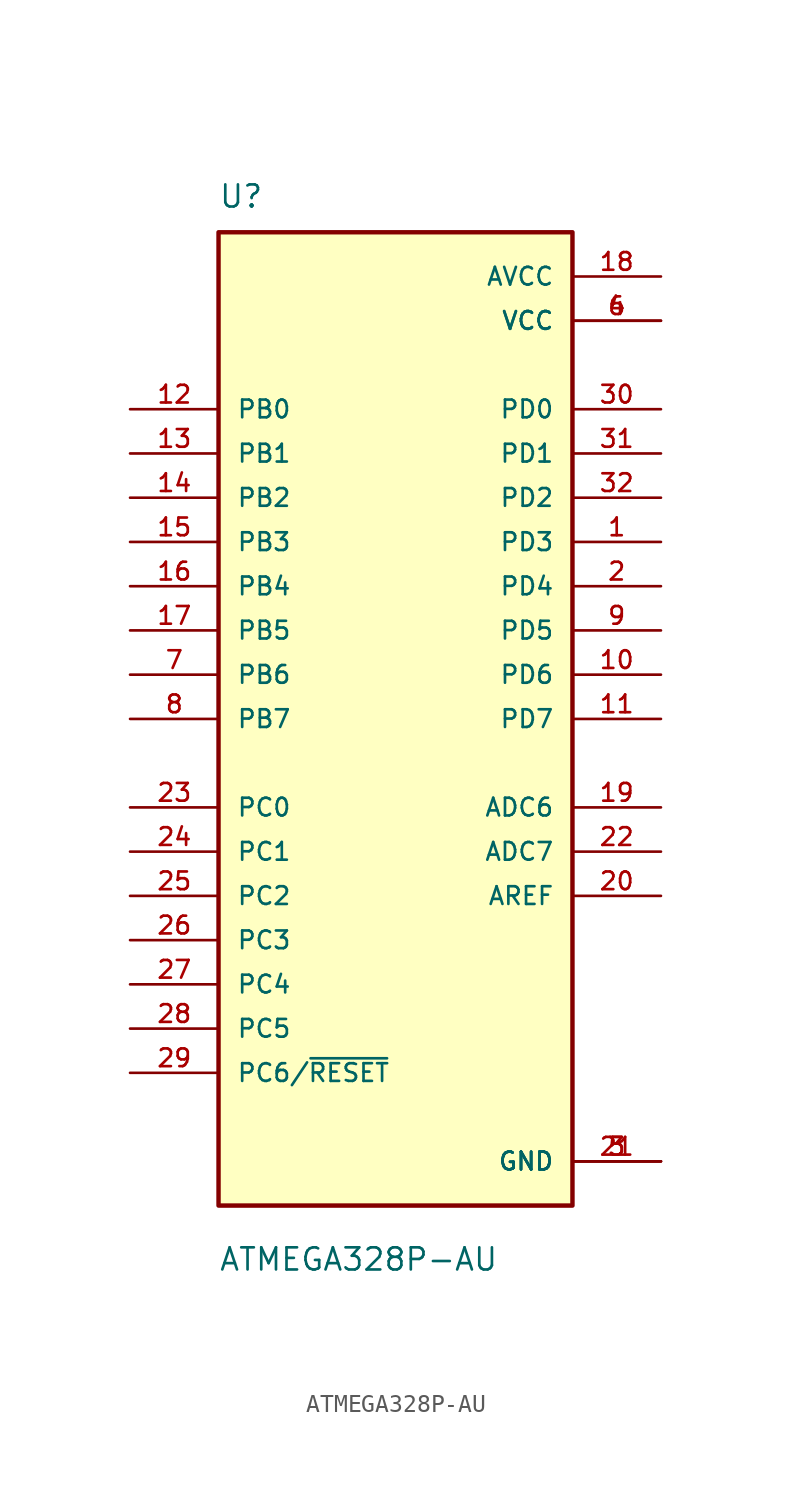
<source format=kicad_sym>
(kicad_symbol_lib
  (version 20211014)
  (generator kicad_symbol_editor)
  (symbol "ATMEGA328P-AU"
    (pin_names
      (offset 1.016))
    (property "Reference" "U"
      (at -10.175 29.255 0)
      (effects (font (size 1.27 1.27)) (justify bottom left)))
    (property "Value" "ATMEGA328P-AU"
      (at -10.167 -31.771 0)
      (effects (font (size 1.27 1.27)) (justify bottom left)))
    (symbol "ATMEGA328P-AU_0_0"
      (rectangle (start -10.16 -27.94) (end 10.16 27.94) (stroke (width 0.254)) (fill (type background)))
      (pin power_in line (at 15.24 22.86 180.0) (length 5.08) (name "VCC" (effects (font (size 1.016 1.016)))) (number "4" (effects (font (size 1.016 1.016)))))
      (pin power_in line (at 15.24 22.86 180.0) (length 5.08) (name "VCC" (effects (font (size 1.016 1.016)))) (number "6" (effects (font (size 1.016 1.016)))))
      (pin power_in line (at 15.24 -25.4 180.0) (length 5.08) (name "GND" (effects (font (size 1.016 1.016)))) (number "3" (effects (font (size 1.016 1.016)))))
      (pin power_in line (at 15.24 -25.4 180.0) (length 5.08) (name "GND" (effects (font (size 1.016 1.016)))) (number "5" (effects (font (size 1.016 1.016)))))
      (pin power_in line (at 15.24 -25.4 180.0) (length 5.08) (name "GND" (effects (font (size 1.016 1.016)))) (number "21" (effects (font (size 1.016 1.016)))))
      (pin bidirectional line (at -15.24 17.78 0) (length 5.08) (name "PB0" (effects (font (size 1.016 1.016)))) (number "12" (effects (font (size 1.016 1.016)))))
      (pin bidirectional line (at -15.24 15.24 0) (length 5.08) (name "PB1" (effects (font (size 1.016 1.016)))) (number "13" (effects (font (size 1.016 1.016)))))
      (pin bidirectional line (at -15.24 12.7 0) (length 5.08) (name "PB2" (effects (font (size 1.016 1.016)))) (number "14" (effects (font (size 1.016 1.016)))))
      (pin bidirectional line (at -15.24 10.16 0) (length 5.08) (name "PB3" (effects (font (size 1.016 1.016)))) (number "15" (effects (font (size 1.016 1.016)))))
      (pin bidirectional line (at -15.24 7.62 0) (length 5.08) (name "PB4" (effects (font (size 1.016 1.016)))) (number "16" (effects (font (size 1.016 1.016)))))
      (pin bidirectional line (at -15.24 5.08 0) (length 5.08) (name "PB5" (effects (font (size 1.016 1.016)))) (number "17" (effects (font (size 1.016 1.016)))))
      (pin bidirectional line (at -15.24 2.54 0) (length 5.08) (name "PB6" (effects (font (size 1.016 1.016)))) (number "7" (effects (font (size 1.016 1.016)))))
      (pin bidirectional line (at -15.24 0.0 0) (length 5.08) (name "PB7" (effects (font (size 1.016 1.016)))) (number "8" (effects (font (size 1.016 1.016)))))
      (pin bidirectional line (at -15.24 -5.08 0) (length 5.08) (name "PC0" (effects (font (size 1.016 1.016)))) (number "23" (effects (font (size 1.016 1.016)))))
      (pin bidirectional line (at -15.24 -7.62 0) (length 5.08) (name "PC1" (effects (font (size 1.016 1.016)))) (number "24" (effects (font (size 1.016 1.016)))))
      (pin bidirectional line (at -15.24 -10.16 0) (length 5.08) (name "PC2" (effects (font (size 1.016 1.016)))) (number "25" (effects (font (size 1.016 1.016)))))
      (pin bidirectional line (at -15.24 -12.7 0) (length 5.08) (name "PC3" (effects (font (size 1.016 1.016)))) (number "26" (effects (font (size 1.016 1.016)))))
      (pin bidirectional line (at -15.24 -15.24 0) (length 5.08) (name "PC4" (effects (font (size 1.016 1.016)))) (number "27" (effects (font (size 1.016 1.016)))))
      (pin bidirectional line (at -15.24 -17.78 0) (length 5.08) (name "PC5" (effects (font (size 1.016 1.016)))) (number "28" (effects (font (size 1.016 1.016)))))
      (pin bidirectional line (at -15.24 -20.32 0) (length 5.08) (name "PC6/~{RESET}" (effects (font (size 1.016 1.016)))) (number "29" (effects (font (size 1.016 1.016)))))
      (pin bidirectional line (at 15.24 17.78 180.0) (length 5.08) (name "PD0" (effects (font (size 1.016 1.016)))) (number "30" (effects (font (size 1.016 1.016)))))
      (pin bidirectional line (at 15.24 15.24 180.0) (length 5.08) (name "PD1" (effects (font (size 1.016 1.016)))) (number "31" (effects (font (size 1.016 1.016)))))
      (pin bidirectional line (at 15.24 12.7 180.0) (length 5.08) (name "PD2" (effects (font (size 1.016 1.016)))) (number "32" (effects (font (size 1.016 1.016)))))
      (pin bidirectional line (at 15.24 10.16 180.0) (length 5.08) (name "PD3" (effects (font (size 1.016 1.016)))) (number "1" (effects (font (size 1.016 1.016)))))
      (pin bidirectional line (at 15.24 7.62 180.0) (length 5.08) (name "PD4" (effects (font (size 1.016 1.016)))) (number "2" (effects (font (size 1.016 1.016)))))
      (pin bidirectional line (at 15.24 5.08 180.0) (length 5.08) (name "PD5" (effects (font (size 1.016 1.016)))) (number "9" (effects (font (size 1.016 1.016)))))
      (pin bidirectional line (at 15.24 2.54 180.0) (length 5.08) (name "PD6" (effects (font (size 1.016 1.016)))) (number "10" (effects (font (size 1.016 1.016)))))
      (pin bidirectional line (at 15.24 0.0 180.0) (length 5.08) (name "PD7" (effects (font (size 1.016 1.016)))) (number "11" (effects (font (size 1.016 1.016)))))
      (pin input line (at 15.24 -10.16 180.0) (length 5.08) (name "AREF" (effects (font (size 1.016 1.016)))) (number "20" (effects (font (size 1.016 1.016)))))
      (pin power_in line (at 15.24 25.4 180.0) (length 5.08) (name "AVCC" (effects (font (size 1.016 1.016)))) (number "18" (effects (font (size 1.016 1.016)))))
      (pin bidirectional line (at 15.24 -5.08 180.0) (length 5.08) (name "ADC6" (effects (font (size 1.016 1.016)))) (number "19" (effects (font (size 1.016 1.016)))))
      (pin bidirectional line (at 15.24 -7.62 180.0) (length 5.08) (name "ADC7" (effects (font (size 1.016 1.016)))) (number "22" (effects (font (size 1.016 1.016))))))))
</source>
